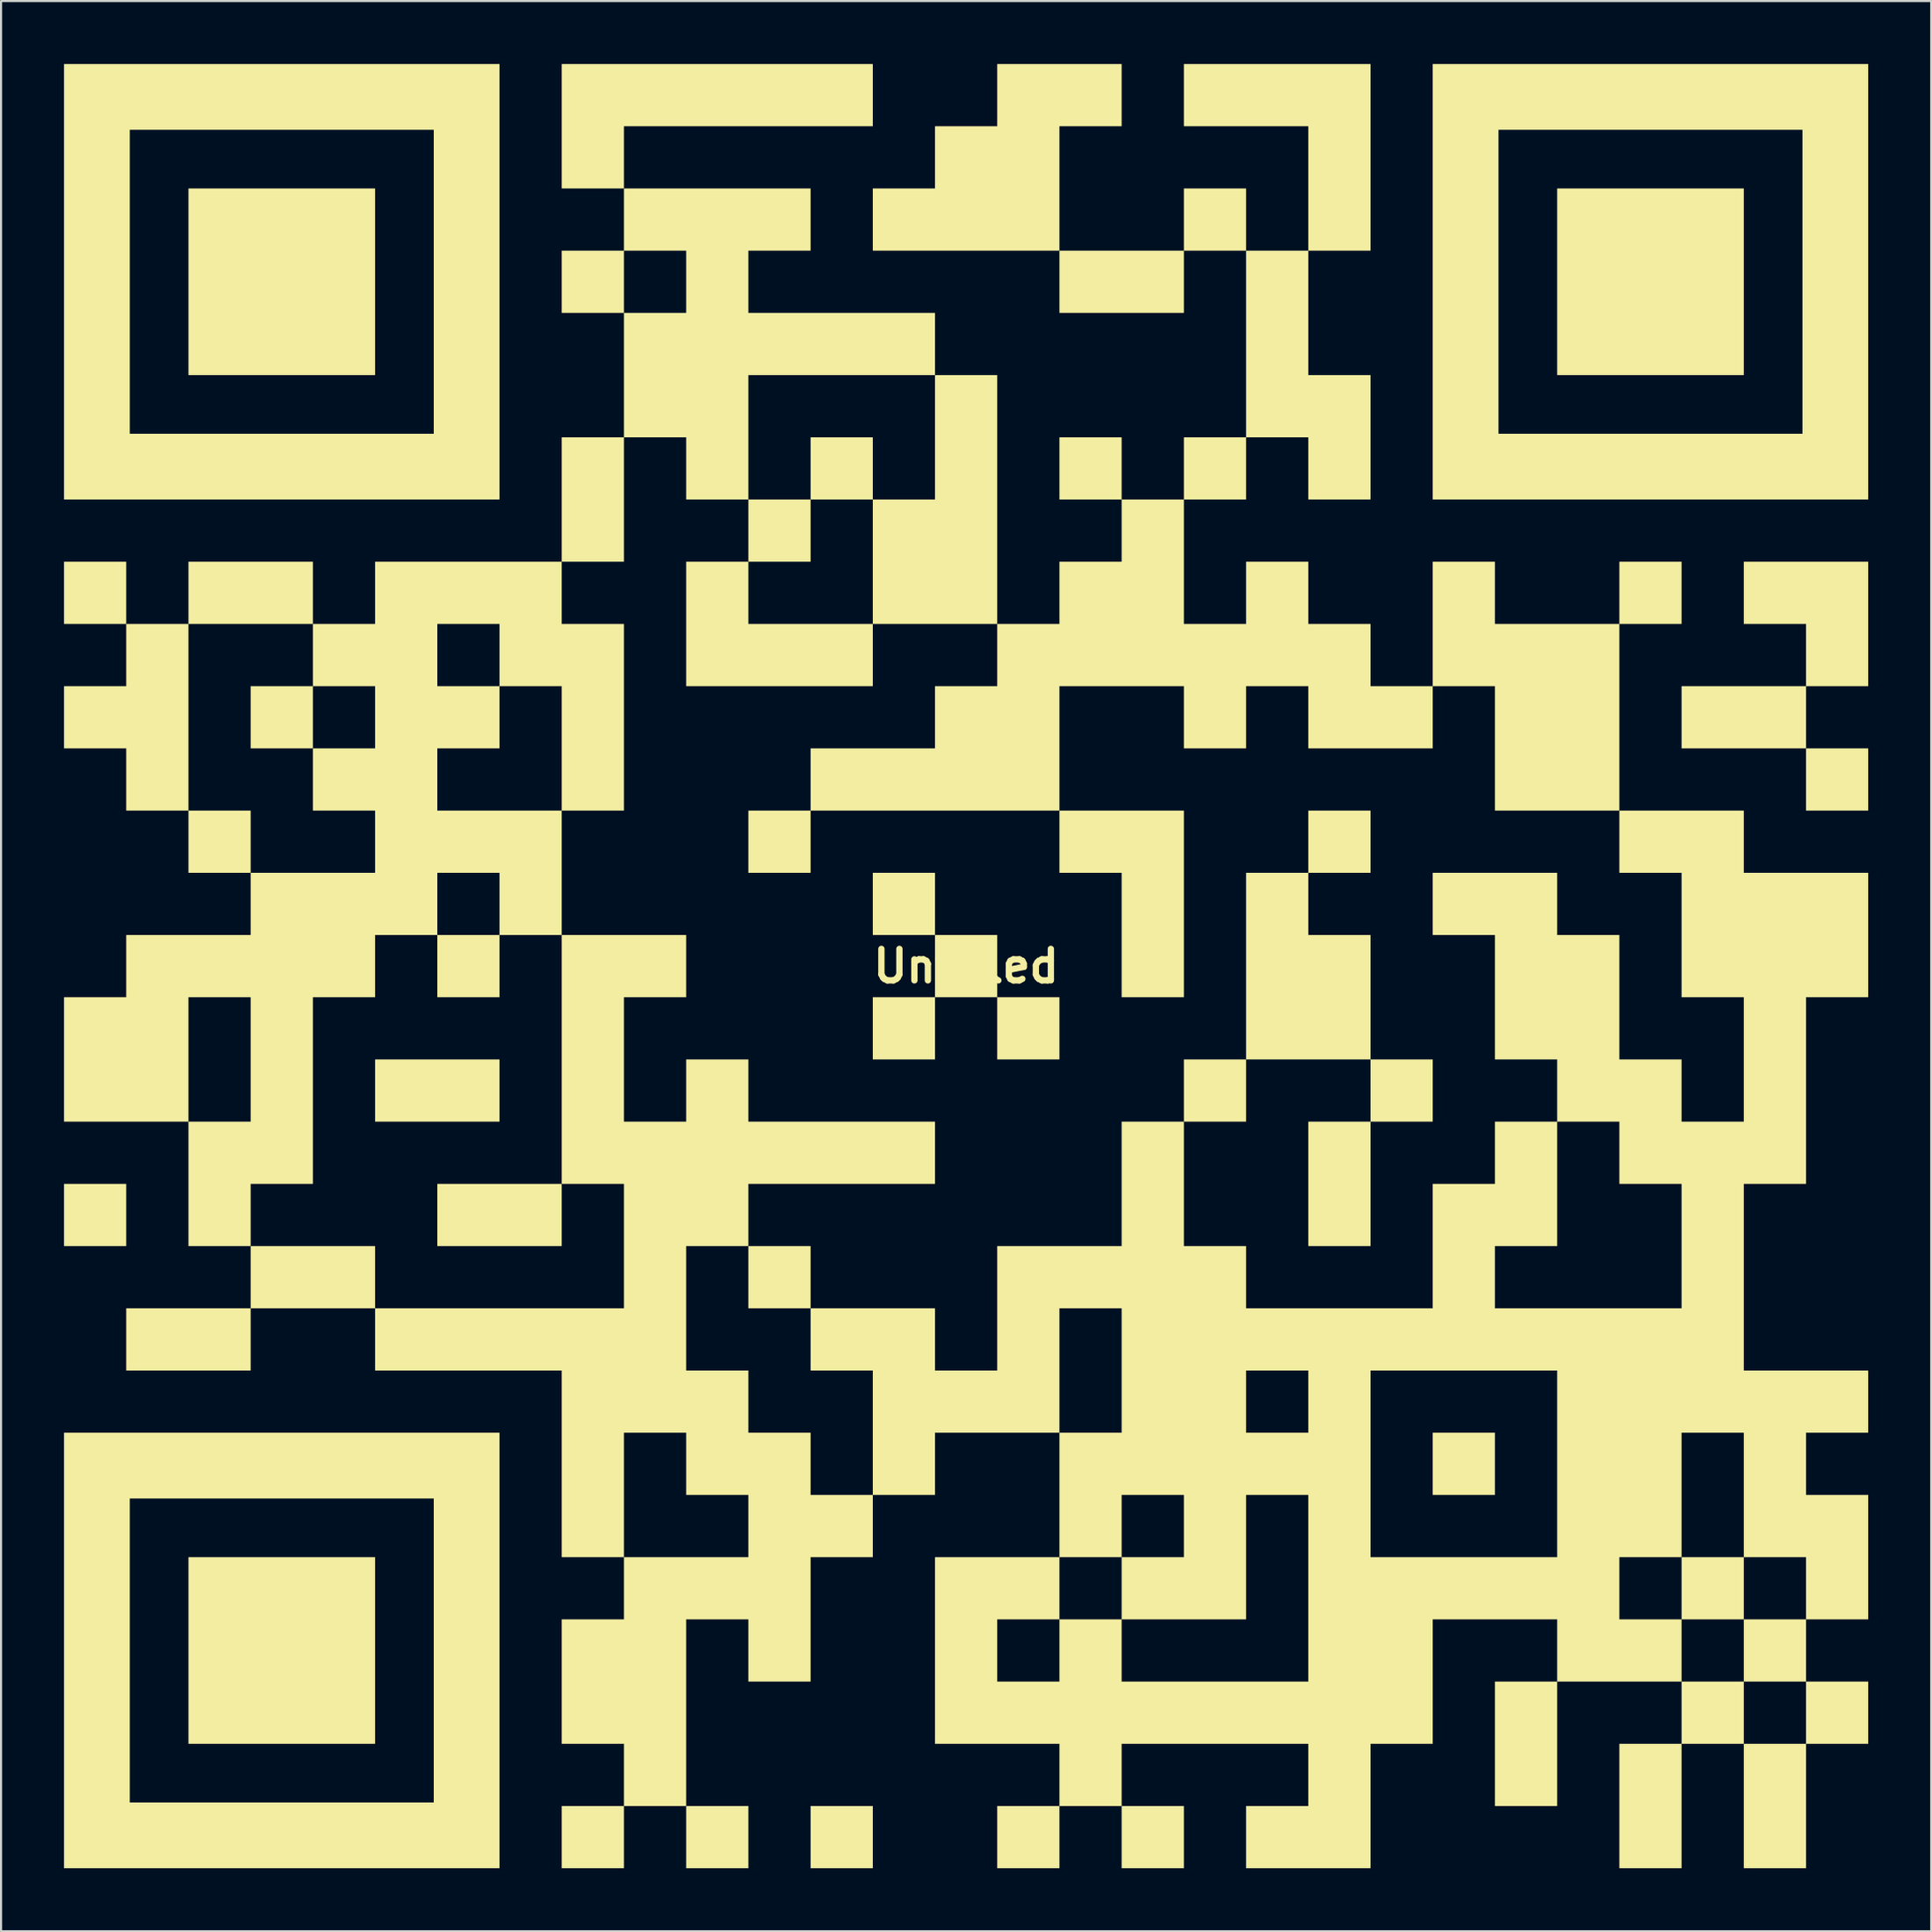
<source format=kicad_pcb>
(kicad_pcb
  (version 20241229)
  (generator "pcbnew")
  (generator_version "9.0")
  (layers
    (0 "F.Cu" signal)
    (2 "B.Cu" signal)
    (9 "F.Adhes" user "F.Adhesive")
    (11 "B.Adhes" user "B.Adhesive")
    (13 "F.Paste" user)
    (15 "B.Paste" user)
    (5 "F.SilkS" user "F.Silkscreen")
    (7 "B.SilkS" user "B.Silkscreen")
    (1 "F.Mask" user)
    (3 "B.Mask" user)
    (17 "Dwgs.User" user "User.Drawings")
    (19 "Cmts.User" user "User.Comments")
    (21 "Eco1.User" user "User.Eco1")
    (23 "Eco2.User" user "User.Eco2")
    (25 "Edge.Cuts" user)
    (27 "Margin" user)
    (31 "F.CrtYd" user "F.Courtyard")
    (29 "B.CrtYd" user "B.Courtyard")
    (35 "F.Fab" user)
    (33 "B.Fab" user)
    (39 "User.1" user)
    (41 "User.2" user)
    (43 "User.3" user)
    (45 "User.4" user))
  (footprint "Untitled"
    (layer "F.Cu")
    (at 42.968 42.968)
    (property "Reference" "Untitled" (at 0 0 0) (layer "F.SilkS") (effects (font (size 1.5 1.5) (thickness 0.3))))
    (attr board_only exclude_from_pos_files exclude_from_bom)
    (fp_poly (pts (xy -40.005 11.853) (xy -40.005 13.335) (xy -41.487 13.335) (xy -42.968 13.335) (xy -42.968 11.853) (xy -42.968 10.372) (xy -41.487 10.372) (xy -40.005 10.372)) (stroke (width 0) (type solid)) (fill yes) (layer "F.SilkS"))
    (fp_poly (pts (xy -31.115 -11.853) (xy -31.115 -10.372) (xy -32.597 -10.372) (xy -34.078 -10.372) (xy -34.078 -11.853) (xy -34.078 -13.335) (xy -32.597 -13.335) (xy -31.115 -13.335)) (stroke (width 0) (type solid)) (fill yes) (layer "F.SilkS"))
    (fp_poly (pts (xy -28.152 -32.597) (xy -28.152 -28.152) (xy -32.597 -28.152) (xy -37.042 -28.152) (xy -37.042 -32.597) (xy -37.042 -37.042) (xy -32.597 -37.042) (xy -28.152 -37.042)) (stroke (width 0) (type solid)) (fill yes) (layer "F.SilkS"))
    (fp_poly (pts (xy -28.152 32.597) (xy -28.152 37.042) (xy -32.597 37.042) (xy -37.042 37.042) (xy -37.042 32.597) (xy -37.042 28.152) (xy -32.597 28.152) (xy -28.152 28.152)) (stroke (width 0) (type solid)) (fill yes) (layer "F.SilkS"))
    (fp_poly (pts (xy -22.225 0) (xy -22.225 1.482) (xy -23.707 1.482) (xy -25.188 1.482) (xy -25.188 0) (xy -25.188 -1.482) (xy -23.707 -1.482) (xy -22.225 -1.482)) (stroke (width 0) (type solid)) (fill yes) (layer "F.SilkS"))
    (fp_poly (pts (xy -22.225 5.927) (xy -22.225 7.408) (xy -25.188 7.408) (xy -28.152 7.408) (xy -28.152 5.927) (xy -28.152 4.445) (xy -25.188 4.445) (xy -22.225 4.445)) (stroke (width 0) (type solid)) (fill yes) (layer "F.SilkS"))
    (fp_poly (pts (xy -19.262 11.853) (xy -19.262 13.335) (xy -22.225 13.335) (xy -25.188 13.335) (xy -25.188 11.853) (xy -25.188 10.372) (xy -22.225 10.372) (xy -19.262 10.372)) (stroke (width 0) (type solid)) (fill yes) (layer "F.SilkS"))
    (fp_poly (pts (xy -10.372 41.487) (xy -10.372 42.968) (xy -11.853 42.968) (xy -13.335 42.968) (xy -13.335 41.487) (xy -13.335 40.005) (xy -11.853 40.005) (xy -10.372 40.005)) (stroke (width 0) (type solid)) (fill yes) (layer "F.SilkS"))
    (fp_poly (pts (xy -7.408 -5.927) (xy -7.408 -4.445) (xy -8.89 -4.445) (xy -10.372 -4.445) (xy -10.372 -5.927) (xy -10.372 -7.408) (xy -8.89 -7.408) (xy -7.408 -7.408)) (stroke (width 0) (type solid)) (fill yes) (layer "F.SilkS"))
    (fp_poly (pts (xy -7.408 14.817) (xy -7.408 16.298) (xy -8.89 16.298) (xy -10.372 16.298) (xy -10.372 14.817) (xy -10.372 13.335) (xy -8.89 13.335) (xy -7.408 13.335)) (stroke (width 0) (type solid)) (fill yes) (layer "F.SilkS"))
    (fp_poly (pts (xy -4.445 41.487) (xy -4.445 42.968) (xy -5.927 42.968) (xy -7.408 42.968) (xy -7.408 41.487) (xy -7.408 40.005) (xy -5.927 40.005) (xy -4.445 40.005)) (stroke (width 0) (type solid)) (fill yes) (layer "F.SilkS"))
    (fp_poly (pts (xy -1.482 -2.963) (xy -1.482 -1.482) (xy -2.963 -1.482) (xy -4.445 -1.482) (xy -4.445 -2.963) (xy -4.445 -4.445) (xy -2.963 -4.445) (xy -1.482 -4.445)) (stroke (width 0) (type solid)) (fill yes) (layer "F.SilkS"))
    (fp_poly (pts (xy 4.445 2.963) (xy 4.445 4.445) (xy 2.963 4.445) (xy 1.482 4.445) (xy 1.482 2.963) (xy 1.482 1.482) (xy 2.963 1.482) (xy 4.445 1.482)) (stroke (width 0) (type solid)) (fill yes) (layer "F.SilkS"))
    (fp_poly (pts (xy 10.372 41.487) (xy 10.372 42.968) (xy 8.89 42.968) (xy 7.408 42.968) (xy 7.408 41.487) (xy 7.408 40.005) (xy 8.89 40.005) (xy 10.372 40.005)) (stroke (width 0) (type solid)) (fill yes) (layer "F.SilkS"))
    (fp_poly (pts (xy 25.188 23.707) (xy 25.188 25.188) (xy 23.707 25.188) (xy 22.225 25.188) (xy 22.225 23.707) (xy 22.225 22.225) (xy 23.707 22.225) (xy 25.188 22.225)) (stroke (width 0) (type solid)) (fill yes) (layer "F.SilkS"))
    (fp_poly (pts (xy 37.042 -32.597) (xy 37.042 -28.152) (xy 32.597 -28.152) (xy 28.152 -28.152) (xy 28.152 -32.597) (xy 28.152 -37.042) (xy 32.597 -37.042) (xy 37.042 -37.042)) (stroke (width 0) (type solid)) (fill yes) (layer "F.SilkS"))
    (fp_poly (pts (xy 37.042 29.633) (xy 37.042 31.115) (xy 35.56 31.115) (xy 34.078 31.115) (xy 34.078 29.633) (xy 34.078 28.152) (xy 35.56 28.152) (xy 37.042 28.152)) (stroke (width 0) (type solid)) (fill yes) (layer "F.SilkS"))
    (fp_poly (pts (xy 42.968 -8.89) (xy 42.968 -7.408) (xy 41.487 -7.408) (xy 40.005 -7.408) (xy 40.005 -8.89) (xy 40.005 -10.372) (xy 41.487 -10.372) (xy 42.968 -10.372)) (stroke (width 0) (type solid)) (fill yes) (layer "F.SilkS"))
    (fp_poly (pts (xy -4.445 -41.487) (xy -4.445 -40.005) (xy -10.372 -40.005) (xy -16.298 -40.005) (xy -16.298 -38.523) (xy -16.298 -37.042) (xy -17.78 -37.042) (xy -19.262 -37.042) (xy -19.262 -40.005) (xy -19.262 -42.968) (xy -11.853 -42.968) (xy -4.445 -42.968)) (stroke (width 0) (type solid)) (fill yes) (layer "F.SilkS"))
    (fp_poly (pts (xy 10.372 -2.963) (xy 10.372 1.482) (xy 8.89 1.482) (xy 7.408 1.482) (xy 7.408 -1.482) (xy 7.408 -4.445) (xy 5.927 -4.445) (xy 4.445 -4.445) (xy 4.445 -5.927) (xy 4.445 -7.408) (xy 7.408 -7.408) (xy 10.372 -7.408)) (stroke (width 0) (type solid)) (fill yes) (layer "F.SilkS"))
    (fp_poly (pts (xy 1.482 0) (xy 1.482 1.482) (xy 0 1.482) (xy -1.482 1.482) (xy -1.482 2.963) (xy -1.482 4.445) (xy -2.963 4.445) (xy -4.445 4.445) (xy -4.445 2.963) (xy -4.445 1.482) (xy -2.963 1.482) (xy -1.482 1.482) (xy -1.482 0) (xy -1.482 -1.482) (xy 0 -1.482) (xy 1.482 -1.482)) (stroke (width 0) (type solid)) (fill yes) (layer "F.SilkS"))
    (fp_poly (pts (xy 22.225 5.927) (xy 22.225 7.408) (xy 20.743 7.408) (xy 19.262 7.408) (xy 19.262 10.372) (xy 19.262 13.335) (xy 17.78 13.335) (xy 16.298 13.335) (xy 16.298 10.372) (xy 16.298 7.408) (xy 17.78 7.408) (xy 19.262 7.408) (xy 19.262 5.927) (xy 19.262 4.445) (xy 20.743 4.445) (xy 22.225 4.445)) (stroke (width 0) (type solid)) (fill yes) (layer "F.SilkS"))
    (fp_poly (pts (xy -22.225 -32.597) (xy -22.225 -22.225) (xy -32.597 -22.225) (xy -42.968 -22.225) (xy -42.968 -32.597) (xy -39.836 -32.597) (xy -39.836 -25.358) (xy -32.597 -25.358) (xy -25.358 -25.358) (xy -25.358 -32.597) (xy -25.358 -39.836) (xy -32.597 -39.836) (xy -39.836 -39.836) (xy -39.836 -32.597) (xy -42.968 -32.597) (xy -42.968 -42.968) (xy -32.597 -42.968) (xy -22.225 -42.968)) (stroke (width 0) (type solid)) (fill yes) (layer "F.SilkS"))
    (fp_poly (pts (xy -22.225 32.597) (xy -22.225 42.968) (xy -32.597 42.968) (xy -42.968 42.968) (xy -42.968 32.597) (xy -39.836 32.597) (xy -39.836 39.836) (xy -32.597 39.836) (xy -25.358 39.836) (xy -25.358 32.597) (xy -25.358 25.358) (xy -32.597 25.358) (xy -39.836 25.358) (xy -39.836 32.597) (xy -42.968 32.597) (xy -42.968 22.225) (xy -32.597 22.225) (xy -22.225 22.225)) (stroke (width 0) (type solid)) (fill yes) (layer "F.SilkS"))
    (fp_poly (pts (xy 42.968 -32.597) (xy 42.968 -22.225) (xy 32.597 -22.225) (xy 22.225 -22.225) (xy 22.225 -32.597) (xy 25.358 -32.597) (xy 25.358 -25.358) (xy 32.597 -25.358) (xy 39.836 -25.358) (xy 39.836 -32.597) (xy 39.836 -39.836) (xy 32.597 -39.836) (xy 25.358 -39.836) (xy 25.358 -32.597) (xy 22.225 -32.597) (xy 22.225 -42.968) (xy 32.597 -42.968) (xy 42.968 -42.968)) (stroke (width 0) (type solid)) (fill yes) (layer "F.SilkS"))
    (fp_poly (pts (xy 42.968 -16.298) (xy 42.968 -13.335) (xy 41.487 -13.335) (xy 40.005 -13.335) (xy 40.005 -11.853) (xy 40.005 -10.372) (xy 37.042 -10.372) (xy 34.078 -10.372) (xy 34.078 -11.853) (xy 34.078 -13.335) (xy 37.042 -13.335) (xy 40.005 -13.335) (xy 40.005 -14.817) (xy 40.005 -16.298) (xy 38.523 -16.298) (xy 37.042 -16.298) (xy 37.042 -17.78) (xy 37.042 -19.262) (xy 40.005 -19.262) (xy 42.968 -19.262)) (stroke (width 0) (type solid)) (fill yes) (layer "F.SilkS"))
    (fp_poly (pts (xy -4.445 -23.707) (xy -4.445 -22.225) (xy -5.927 -22.225) (xy -7.408 -22.225) (xy -7.408 -20.743) (xy -7.408 -19.262) (xy -8.89 -19.262) (xy -10.372 -19.262) (xy -10.372 -17.78) (xy -10.372 -16.298) (xy -7.408 -16.298) (xy -4.445 -16.298) (xy -4.445 -14.817) (xy -4.445 -13.335) (xy -8.89 -13.335) (xy -13.335 -13.335) (xy -13.335 -16.298) (xy -13.335 -19.262) (xy -11.853 -19.262) (xy -10.372 -19.262) (xy -10.372 -20.743) (xy -10.372 -22.225) (xy -8.89 -22.225) (xy -7.408 -22.225) (xy -7.408 -23.707) (xy -7.408 -25.188) (xy -5.927 -25.188) (xy -4.445 -25.188)) (stroke (width 0) (type solid)) (fill yes) (layer "F.SilkS"))
    (fp_poly (pts (xy 19.262 -5.927) (xy 19.262 -4.445) (xy 17.78 -4.445) (xy 16.298 -4.445) (xy 16.298 -2.963) (xy 16.298 -1.482) (xy 17.78 -1.482) (xy 19.262 -1.482) (xy 19.262 1.482) (xy 19.262 4.445) (xy 16.298 4.445) (xy 13.335 4.445) (xy 13.335 5.927) (xy 13.335 7.408) (xy 11.853 7.408) (xy 10.372 7.408) (xy 10.372 5.927) (xy 10.372 4.445) (xy 11.853 4.445) (xy 13.335 4.445) (xy 13.335 0) (xy 13.335 -4.445) (xy 14.817 -4.445) (xy 16.298 -4.445) (xy 16.298 -5.927) (xy 16.298 -7.408) (xy 17.78 -7.408) (xy 19.262 -7.408)) (stroke (width 0) (type solid)) (fill yes) (layer "F.SilkS"))
    (fp_poly (pts (xy 7.408 -41.487) (xy 7.408 -40.005) (xy 5.927 -40.005) (xy 4.445 -40.005) (xy 4.445 -37.042) (xy 4.445 -34.078) (xy 7.408 -34.078) (xy 10.372 -34.078) (xy 10.372 -35.56) (xy 10.372 -37.042) (xy 11.853 -37.042) (xy 13.335 -37.042) (xy 13.335 -35.56) (xy 13.335 -34.078) (xy 14.817 -34.078) (xy 16.298 -34.078) (xy 16.298 -37.042) (xy 16.298 -40.005) (xy 13.335 -40.005) (xy 10.372 -40.005) (xy 10.372 -41.487) (xy 10.372 -42.968) (xy 14.817 -42.968) (xy 19.262 -42.968) (xy 19.262 -38.523) (xy 19.262 -34.078) (xy 17.78 -34.078) (xy 16.298 -34.078) (xy 16.298 -31.115) (xy 16.298 -28.152) (xy 17.78 -28.152) (xy 19.262 -28.152) (xy 19.262 -25.188) (xy 19.262 -22.225) (xy 17.78 -22.225) (xy 16.298 -22.225) (xy 16.298 -23.707) (xy 16.298 -25.188) (xy 14.817 -25.188) (xy 13.335 -25.188) (xy 13.335 -23.707) (xy 13.335 -22.225) (xy 11.853 -22.225) (xy 10.372 -22.225) (xy 10.372 -19.262) (xy 10.372 -16.298) (xy 11.853 -16.298) (xy 13.335 -16.298) (xy 13.335 -17.78) (xy 13.335 -19.262) (xy 14.817 -19.262) (xy 16.298 -19.262) (xy 16.298 -17.78) (xy 16.298 -16.298) (xy 17.78 -16.298) (xy 19.262 -16.298) (xy 19.262 -14.817) (xy 19.262 -13.335) (xy 20.743 -13.335) (xy 22.225 -13.335) (xy 22.225 -16.298) (xy 22.225 -19.262) (xy 23.707 -19.262) (xy 25.188 -19.262) (xy 25.188 -17.78) (xy 25.188 -16.298) (xy 28.152 -16.298) (xy 31.115 -16.298) (xy 31.115 -17.78) (xy 31.115 -19.262) (xy 32.597 -19.262) (xy 34.078 -19.262) (xy 34.078 -17.78) (xy 34.078 -16.298) (xy 32.597 -16.298) (xy 31.115 -16.298) (xy 31.115 -11.853) (xy 31.115 -7.408) (xy 28.152 -7.408) (xy 25.188 -7.408) (xy 25.188 -10.372) (xy 25.188 -13.335) (xy 23.707 -13.335) (xy 22.225 -13.335) (xy 22.225 -11.853) (xy 22.225 -10.372) (xy 19.262 -10.372) (xy 16.298 -10.372) (xy 16.298 -11.853) (xy 16.298 -13.335) (xy 14.817 -13.335) (xy 13.335 -13.335) (xy 13.335 -11.853) (xy 13.335 -10.372) (xy 11.853 -10.372) (xy 10.372 -10.372) (xy 10.372 -11.853) (xy 10.372 -13.335) (xy 7.408 -13.335) (xy 4.445 -13.335) (xy 4.445 -10.372) (xy 4.445 -7.408) (xy -1.482 -7.408) (xy -7.408 -7.408) (xy -7.408 -8.89) (xy -7.408 -10.372) (xy -4.445 -10.372) (xy -1.482 -10.372) (xy -1.482 -11.853) (xy -1.482 -13.335) (xy 0 -13.335) (xy 1.482 -13.335) (xy 1.482 -14.817) (xy 1.482 -16.298) (xy -1.482 -16.298) (xy -4.445 -16.298) (xy -4.445 -19.262) (xy -4.445 -22.225) (xy -2.963 -22.225) (xy -1.482 -22.225) (xy -1.482 -25.188) (xy -1.482 -28.152) (xy 0 -28.152) (xy 1.482 -28.152) (xy 1.482 -22.225) (xy 1.482 -16.298) (xy 2.963 -16.298) (xy 4.445 -16.298) (xy 4.445 -17.78) (xy 4.445 -19.262) (xy 5.927 -19.262) (xy 7.408 -19.262) (xy 7.408 -20.743) (xy 7.408 -22.225) (xy 5.927 -22.225) (xy 4.445 -22.225) (xy 4.445 -23.707) (xy 4.445 -25.188) (xy 5.927 -25.188) (xy 7.408 -25.188) (xy 7.408 -23.707) (xy 7.408 -22.225) (xy 8.89 -22.225) (xy 10.372 -22.225) (xy 10.372 -23.707) (xy 10.372 -25.188) (xy 11.853 -25.188) (xy 13.335 -25.188) (xy 13.335 -29.633) (xy 13.335 -34.078) (xy 11.853 -34.078) (xy 10.372 -34.078) (xy 10.372 -32.597) (xy 10.372 -31.115) (xy 7.408 -31.115) (xy 4.445 -31.115) (xy 4.445 -32.597) (xy 4.445 -34.078) (xy 0 -34.078) (xy -4.445 -34.078) (xy -4.445 -35.56) (xy -4.445 -37.042) (xy -2.963 -37.042) (xy -1.482 -37.042) (xy -1.482 -38.523) (xy -1.482 -40.005) (xy 0 -40.005) (xy 1.482 -40.005) (xy 1.482 -41.487) (xy 1.482 -42.968) (xy 4.445 -42.968) (xy 7.408 -42.968)) (stroke (width 0) (type solid)) (fill yes) (layer "F.SilkS"))
    (fp_poly (pts (xy -7.408 -35.56) (xy -7.408 -34.078) (xy -8.89 -34.078) (xy -10.372 -34.078) (xy -10.372 -32.597) (xy -10.372 -31.115) (xy -5.927 -31.115) (xy -1.482 -31.115) (xy -1.482 -29.633) (xy -1.482 -28.152) (xy -5.927 -28.152) (xy -10.372 -28.152) (xy -10.372 -25.188) (xy -10.372 -22.225) (xy -11.853 -22.225) (xy -13.335 -22.225) (xy -13.335 -23.707) (xy -13.335 -25.188) (xy -14.817 -25.188) (xy -16.298 -25.188) (xy -16.298 -22.225) (xy -16.298 -19.262) (xy -17.78 -19.262) (xy -19.262 -19.262) (xy -19.262 -17.78) (xy -19.262 -16.298) (xy -17.78 -16.298) (xy -16.298 -16.298) (xy -16.298 -11.853) (xy -16.298 -7.408) (xy -17.78 -7.408) (xy -19.262 -7.408) (xy -19.262 -10.372) (xy -19.262 -13.335) (xy -20.743 -13.335) (xy -22.225 -13.335) (xy -22.225 -11.853) (xy -22.225 -10.372) (xy -23.707 -10.372) (xy -25.188 -10.372) (xy -25.188 -8.89) (xy -25.188 -7.408) (xy -22.225 -7.408) (xy -19.262 -7.408) (xy -19.262 -4.445) (xy -19.262 -1.482) (xy -20.743 -1.482) (xy -22.225 -1.482) (xy -22.225 -2.963) (xy -22.225 -4.445) (xy -23.707 -4.445) (xy -25.188 -4.445) (xy -25.188 -2.963) (xy -25.188 -1.482) (xy -26.67 -1.482) (xy -28.152 -1.482) (xy -28.152 0) (xy -28.152 1.482) (xy -29.633 1.482) (xy -31.115 1.482) (xy -31.115 5.927) (xy -31.115 10.372) (xy -32.597 10.372) (xy -34.078 10.372) (xy -34.078 11.853) (xy -34.078 13.335) (xy -35.56 13.335) (xy -37.042 13.335) (xy -37.042 10.372) (xy -37.042 7.408) (xy -40.005 7.408) (xy -42.968 7.408) (xy -42.968 4.445) (xy -37.042 4.445) (xy -37.042 7.408) (xy -35.56 7.408) (xy -34.078 7.408) (xy -34.078 4.445) (xy -34.078 1.482) (xy -35.56 1.482) (xy -37.042 1.482) (xy -37.042 4.445) (xy -42.968 4.445) (xy -42.968 1.482) (xy -41.487 1.482) (xy -40.005 1.482) (xy -40.005 0) (xy -40.005 -1.482) (xy -37.042 -1.482) (xy -34.078 -1.482) (xy -34.078 -2.963) (xy -34.078 -4.445) (xy -35.56 -4.445) (xy -37.042 -4.445) (xy -37.042 -5.927) (xy -37.042 -7.408) (xy -35.56 -7.408) (xy -34.078 -7.408) (xy -34.078 -5.927) (xy -34.078 -4.445) (xy -31.115 -4.445) (xy -28.152 -4.445) (xy -28.152 -5.927) (xy -28.152 -7.408) (xy -29.633 -7.408) (xy -31.115 -7.408) (xy -31.115 -8.89) (xy -31.115 -10.372) (xy -29.633 -10.372) (xy -28.152 -10.372) (xy -28.152 -11.853) (xy -28.152 -13.335) (xy -29.633 -13.335) (xy -31.115 -13.335) (xy -31.115 -14.817) (xy -25.188 -14.817) (xy -25.188 -13.335) (xy -23.707 -13.335) (xy -22.225 -13.335) (xy -22.225 -14.817) (xy -22.225 -16.298) (xy -23.707 -16.298) (xy -25.188 -16.298) (xy -25.188 -14.817) (xy -31.115 -14.817) (xy -31.115 -16.298) (xy -34.078 -16.298) (xy -37.042 -16.298) (xy -37.042 -11.853) (xy -37.042 -7.408) (xy -38.523 -7.408) (xy -40.005 -7.408) (xy -40.005 -8.89) (xy -40.005 -10.372) (xy -41.487 -10.372) (xy -42.968 -10.372) (xy -42.968 -11.853) (xy -42.968 -13.335) (xy -41.487 -13.335) (xy -40.005 -13.335) (xy -40.005 -14.817) (xy -40.005 -16.298) (xy -41.487 -16.298) (xy -42.968 -16.298) (xy -42.968 -17.78) (xy -42.968 -19.262) (xy -41.487 -19.262) (xy -40.005 -19.262) (xy -40.005 -17.78) (xy -40.005 -16.298) (xy -38.523 -16.298) (xy -37.042 -16.298) (xy -37.042 -17.78) (xy -37.042 -19.262) (xy -34.078 -19.262) (xy -31.115 -19.262) (xy -31.115 -17.78) (xy -31.115 -16.298) (xy -29.633 -16.298) (xy -28.152 -16.298) (xy -28.152 -17.78) (xy -28.152 -19.262) (xy -23.707 -19.262) (xy -19.262 -19.262) (xy -19.262 -22.225) (xy -19.262 -25.188) (xy -17.78 -25.188) (xy -16.298 -25.188) (xy -16.298 -28.152) (xy -16.298 -31.115) (xy -17.78 -31.115) (xy -19.262 -31.115) (xy -19.262 -32.597) (xy -16.298 -32.597) (xy -16.298 -31.115) (xy -14.817 -31.115) (xy -13.335 -31.115) (xy -13.335 -32.597) (xy -13.335 -34.078) (xy -14.817 -34.078) (xy -16.298 -34.078) (xy -16.298 -32.597) (xy -19.262 -32.597) (xy -19.262 -34.078) (xy -17.78 -34.078) (xy -16.298 -34.078) (xy -16.298 -35.56) (xy -16.298 -37.042) (xy -11.853 -37.042) (xy -7.408 -37.042)) (stroke (width 0) (type solid)) (fill yes) (layer "F.SilkS"))
    (fp_poly (pts (xy 37.042 -5.927) (xy 37.042 -4.445) (xy 40.005 -4.445) (xy 42.968 -4.445) (xy 42.968 -1.482) (xy 42.968 1.482) (xy 41.487 1.482) (xy 40.005 1.482) (xy 40.005 5.927) (xy 40.005 10.372) (xy 38.523 10.372) (xy 37.042 10.372) (xy 37.042 14.817) (xy 37.042 19.262) (xy 40.005 19.262) (xy 42.968 19.262) (xy 42.968 20.743) (xy 42.968 22.225) (xy 41.487 22.225) (xy 40.005 22.225) (xy 40.005 23.707) (xy 40.005 25.188) (xy 41.487 25.188) (xy 42.968 25.188) (xy 42.968 28.152) (xy 42.968 31.115) (xy 41.487 31.115) (xy 40.005 31.115) (xy 40.005 32.597) (xy 40.005 34.078) (xy 38.523 34.078) (xy 37.042 34.078) (xy 37.042 35.56) (xy 37.042 37.042) (xy 38.523 37.042) (xy 40.005 37.042) (xy 40.005 35.56) (xy 40.005 34.078) (xy 41.487 34.078) (xy 42.968 34.078) (xy 42.968 35.56) (xy 42.968 37.042) (xy 41.487 37.042) (xy 40.005 37.042) (xy 40.005 40.005) (xy 40.005 42.968) (xy 38.523 42.968) (xy 37.042 42.968) (xy 37.042 40.005) (xy 37.042 37.042) (xy 35.56 37.042) (xy 34.078 37.042) (xy 34.078 40.005) (xy 34.078 42.968) (xy 32.597 42.968) (xy 31.115 42.968) (xy 31.115 40.005) (xy 31.115 37.042) (xy 32.597 37.042) (xy 34.078 37.042) (xy 34.078 35.56) (xy 34.078 34.078) (xy 31.115 34.078) (xy 28.152 34.078) (xy 28.152 37.042) (xy 28.152 40.005) (xy 26.67 40.005) (xy 25.188 40.005) (xy 25.188 37.042) (xy 25.188 34.078) (xy 26.67 34.078) (xy 28.152 34.078) (xy 28.152 32.597) (xy 28.152 31.115) (xy 25.188 31.115) (xy 22.225 31.115) (xy 22.225 34.078) (xy 22.225 37.042) (xy 20.743 37.042) (xy 19.262 37.042) (xy 19.262 40.005) (xy 19.262 42.968) (xy 16.298 42.968) (xy 13.335 42.968) (xy 13.335 41.487) (xy 13.335 40.005) (xy 14.817 40.005) (xy 16.298 40.005) (xy 16.298 38.523) (xy 16.298 37.042) (xy 11.853 37.042) (xy 7.408 37.042) (xy 7.408 38.523) (xy 7.408 40.005) (xy 5.927 40.005) (xy 4.445 40.005) (xy 4.445 41.487) (xy 4.445 42.968) (xy 2.963 42.968) (xy 1.482 42.968) (xy 1.482 41.487) (xy 1.482 40.005) (xy 2.963 40.005) (xy 4.445 40.005) (xy 4.445 38.523) (xy 4.445 37.042) (xy 1.482 37.042) (xy -1.482 37.042) (xy -1.482 32.597) (xy -1.482 31.115) (xy 1.482 31.115) (xy 1.482 32.597) (xy 1.482 34.078) (xy 2.963 34.078) (xy 4.445 34.078) (xy 4.445 32.597) (xy 4.445 31.115) (xy 5.927 31.115) (xy 7.408 31.115) (xy 7.408 32.597) (xy 7.408 34.078) (xy 11.853 34.078) (xy 16.298 34.078) (xy 16.298 29.633) (xy 16.298 25.188) (xy 14.817 25.188) (xy 13.335 25.188) (xy 13.335 28.152) (xy 13.335 31.115) (xy 10.372 31.115) (xy 7.408 31.115) (xy 7.408 29.633) (xy 7.408 28.152) (xy 8.89 28.152) (xy 10.372 28.152) (xy 10.372 26.67) (xy 10.372 25.188) (xy 8.89 25.188) (xy 7.408 25.188) (xy 7.408 26.67) (xy 7.408 28.152) (xy 5.927 28.152) (xy 4.445 28.152) (xy 4.445 29.633) (xy 4.445 31.115) (xy 2.963 31.115) (xy 1.482 31.115) (xy -1.482 31.115) (xy -1.482 28.152) (xy 1.482 28.152) (xy 4.445 28.152) (xy 4.445 25.188) (xy 4.445 23.707) (xy 19.262 23.707) (xy 19.262 28.152) (xy 23.707 28.152) (xy 28.152 28.152) (xy 31.115 28.152) (xy 31.115 29.633) (xy 31.115 31.115) (xy 32.597 31.115) (xy 34.078 31.115) (xy 34.078 32.597) (xy 34.078 34.078) (xy 35.56 34.078) (xy 37.042 34.078) (xy 37.042 32.597) (xy 37.042 31.115) (xy 38.523 31.115) (xy 40.005 31.115) (xy 40.005 29.633) (xy 40.005 28.152) (xy 38.523 28.152) (xy 37.042 28.152) (xy 37.042 25.188) (xy 37.042 22.225) (xy 35.56 22.225) (xy 34.078 22.225) (xy 34.078 25.188) (xy 34.078 28.152) (xy 32.597 28.152) (xy 31.115 28.152) (xy 28.152 28.152) (xy 28.152 23.707) (xy 28.152 19.262) (xy 23.707 19.262) (xy 19.262 19.262) (xy 19.262 23.707) (xy 4.445 23.707) (xy 4.445 22.225) (xy 1.482 22.225) (xy -1.482 22.225) (xy -1.482 23.707) (xy -1.482 25.188) (xy -2.963 25.188) (xy -4.445 25.188) (xy -4.445 26.67) (xy -4.445 28.152) (xy -5.927 28.152) (xy -7.408 28.152) (xy -7.408 31.115) (xy -7.408 34.078) (xy -8.89 34.078) (xy -10.372 34.078) (xy -10.372 32.597) (xy -10.372 31.115) (xy -11.853 31.115) (xy -13.335 31.115) (xy -13.335 35.56) (xy -13.335 40.005) (xy -14.817 40.005) (xy -16.298 40.005) (xy -16.298 41.487) (xy -16.298 42.968) (xy -17.78 42.968) (xy -19.262 42.968) (xy -19.262 41.487) (xy -19.262 40.005) (xy -17.78 40.005) (xy -16.298 40.005) (xy -16.298 38.523) (xy -16.298 37.042) (xy -17.78 37.042) (xy -19.262 37.042) (xy -19.262 34.078) (xy -19.262 31.115) (xy -17.78 31.115) (xy -16.298 31.115) (xy -16.298 29.633) (xy -16.298 28.152) (xy -17.78 28.152) (xy -19.262 28.152) (xy -19.262 25.188) (xy -16.298 25.188) (xy -16.298 28.152) (xy -13.335 28.152) (xy -10.372 28.152) (xy -10.372 26.67) (xy -10.372 25.188) (xy -11.853 25.188) (xy -13.335 25.188) (xy -13.335 23.707) (xy -13.335 22.225) (xy -14.817 22.225) (xy -16.298 22.225) (xy -16.298 25.188) (xy -19.262 25.188) (xy -19.262 23.707) (xy -19.262 19.262) (xy -23.707 19.262) (xy -28.152 19.262) (xy -28.152 17.78) (xy -28.152 16.298) (xy -31.115 16.298) (xy -34.078 16.298) (xy -34.078 17.78) (xy -34.078 19.262) (xy -37.042 19.262) (xy -40.005 19.262) (xy -40.005 17.78) (xy -40.005 16.298) (xy -37.042 16.298) (xy -34.078 16.298) (xy -34.078 14.817) (xy -34.078 13.335) (xy -31.115 13.335) (xy -28.152 13.335) (xy -28.152 14.817) (xy -28.152 16.298) (xy -22.225 16.298) (xy -16.298 16.298) (xy -16.298 13.335) (xy -16.298 10.372) (xy -17.78 10.372) (xy -19.262 10.372) (xy -19.262 4.445) (xy -19.262 -1.482) (xy -16.298 -1.482) (xy -13.335 -1.482) (xy -13.335 0) (xy -13.335 1.482) (xy -14.817 1.482) (xy -16.298 1.482) (xy -16.298 4.445) (xy -16.298 7.408) (xy -14.817 7.408) (xy -13.335 7.408) (xy -13.335 5.927) (xy -13.335 4.445) (xy -11.853 4.445) (xy -10.372 4.445) (xy -10.372 5.927) (xy -10.372 7.408) (xy -5.927 7.408) (xy -1.482 7.408) (xy -1.482 8.89) (xy -1.482 10.372) (xy -5.927 10.372) (xy -10.372 10.372) (xy -10.372 11.853) (xy -10.372 13.335) (xy -11.853 13.335) (xy -13.335 13.335) (xy -13.335 16.298) (xy -13.335 19.262) (xy -11.853 19.262) (xy -10.372 19.262) (xy -10.372 20.743) (xy -10.372 22.225) (xy -8.89 22.225) (xy -7.408 22.225) (xy -7.408 23.707) (xy -7.408 25.188) (xy -5.927 25.188) (xy -4.445 25.188) (xy -4.445 22.225) (xy -4.445 19.262) (xy -5.927 19.262) (xy -7.408 19.262) (xy -7.408 17.78) (xy -7.408 16.298) (xy -4.445 16.298) (xy -1.482 16.298) (xy -1.482 17.78) (xy -1.482 19.262) (xy 0 19.262) (xy 1.482 19.262) (xy 4.445 19.262) (xy 4.445 22.225) (xy 5.927 22.225) (xy 7.408 22.225) (xy 7.408 20.743) (xy 13.335 20.743) (xy 13.335 22.225) (xy 14.817 22.225) (xy 16.298 22.225) (xy 16.298 20.743) (xy 16.298 19.262) (xy 14.817 19.262) (xy 13.335 19.262) (xy 13.335 20.743) (xy 7.408 20.743) (xy 7.408 19.262) (xy 7.408 16.298) (xy 5.927 16.298) (xy 4.445 16.298) (xy 4.445 19.262) (xy 1.482 19.262) (xy 1.482 16.298) (xy 1.482 13.335) (xy 4.445 13.335) (xy 7.408 13.335) (xy 7.408 10.372) (xy 7.408 7.408) (xy 8.89 7.408) (xy 10.372 7.408) (xy 10.372 10.372) (xy 10.372 13.335) (xy 11.853 13.335) (xy 13.335 13.335) (xy 13.335 14.817) (xy 13.335 16.298) (xy 17.78 16.298) (xy 22.225 16.298) (xy 22.225 13.335) (xy 25.188 13.335) (xy 25.188 14.817) (xy 25.188 16.298) (xy 29.633 16.298) (xy 34.078 16.298) (xy 34.078 13.335) (xy 34.078 10.372) (xy 32.597 10.372) (xy 31.115 10.372) (xy 31.115 8.89) (xy 31.115 7.408) (xy 29.633 7.408) (xy 28.152 7.408) (xy 28.152 10.372) (xy 28.152 13.335) (xy 26.67 13.335) (xy 25.188 13.335) (xy 22.225 13.335) (xy 22.225 10.372) (xy 23.707 10.372) (xy 25.188 10.372) (xy 25.188 8.89) (xy 25.188 7.408) (xy 26.67 7.408) (xy 28.152 7.408) (xy 28.152 5.927) (xy 28.152 4.445) (xy 26.67 4.445) (xy 25.188 4.445) (xy 25.188 1.482) (xy 25.188 -1.482) (xy 23.707 -1.482) (xy 22.225 -1.482) (xy 22.225 -2.963) (xy 22.225 -4.445) (xy 25.188 -4.445) (xy 28.152 -4.445) (xy 28.152 -2.963) (xy 28.152 -1.482) (xy 29.633 -1.482) (xy 31.115 -1.482) (xy 31.115 1.482) (xy 31.115 4.445) (xy 32.597 4.445) (xy 34.078 4.445) (xy 34.078 5.927) (xy 34.078 7.408) (xy 35.56 7.408) (xy 37.042 7.408) (xy 37.042 4.445) (xy 37.042 1.482) (xy 35.56 1.482) (xy 34.078 1.482) (xy 34.078 -1.482) (xy 34.078 -4.445) (xy 32.597 -4.445) (xy 31.115 -4.445) (xy 31.115 -5.927) (xy 31.115 -7.408) (xy 34.078 -7.408) (xy 37.042 -7.408)) (stroke (width 0) (type solid)) (fill yes) (layer "F.SilkS")))
  (gr_rect
    (start -3 -3)
    (end 88.937 88.937)
    (stroke (width 0.1) (type default))
    (fill no)
    (layer "Edge.Cuts")))
</source>
